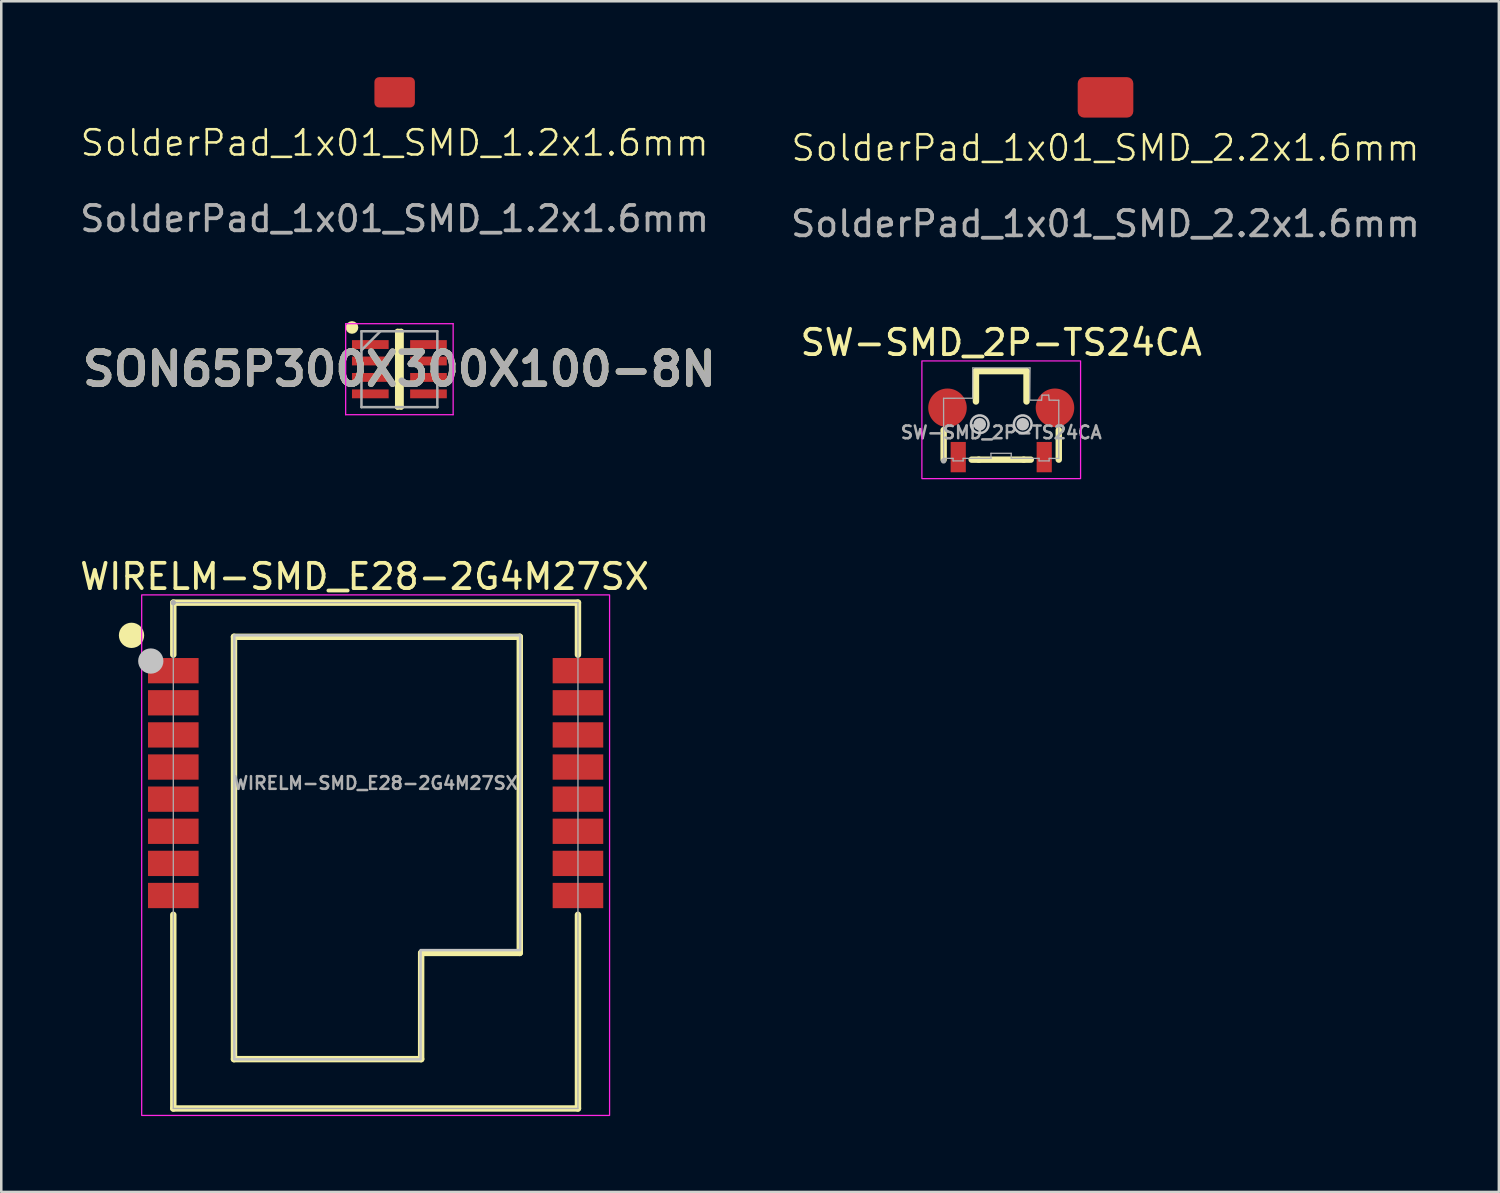
<source format=kicad_pcb>
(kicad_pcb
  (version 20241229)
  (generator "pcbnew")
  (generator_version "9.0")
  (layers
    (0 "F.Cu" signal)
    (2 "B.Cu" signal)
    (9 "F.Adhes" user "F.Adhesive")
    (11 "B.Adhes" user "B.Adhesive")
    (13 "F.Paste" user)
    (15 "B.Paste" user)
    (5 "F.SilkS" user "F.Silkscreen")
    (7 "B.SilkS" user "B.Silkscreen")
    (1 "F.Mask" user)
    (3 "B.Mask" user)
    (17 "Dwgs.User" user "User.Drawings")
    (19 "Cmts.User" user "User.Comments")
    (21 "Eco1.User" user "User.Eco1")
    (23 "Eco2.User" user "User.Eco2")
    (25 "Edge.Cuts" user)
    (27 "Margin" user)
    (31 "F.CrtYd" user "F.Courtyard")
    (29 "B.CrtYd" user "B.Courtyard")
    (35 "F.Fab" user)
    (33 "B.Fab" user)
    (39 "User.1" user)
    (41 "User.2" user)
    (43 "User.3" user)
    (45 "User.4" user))
  (footprint "SW-SMD_2P-TS24CA"
    (layer "F.Cu")
    (at 36.538 14.049)
    (property "Reference" "SW-SMD_2P-TS24CA" (at 0 -3.553 0) (layer "F.SilkS") (effects (font (size 1 1) (thickness 0.15))))
    (fp_line (start -2.277 -0.094) (end -2.277 1.075) (stroke (width 0.254) (type default)) (layer "F.SilkS"))
    (fp_line (start -1 -2.425) (end -1 -1.225) (stroke (width 0.254) (type default)) (layer "F.SilkS"))
    (fp_line (start -1 -2.425) (end 1 -2.425) (stroke (width 0.254) (type default)) (layer "F.SilkS"))
    (fp_line (start -0.889 1.075) (end -1.169 1.075) (stroke (width 0.254) (type default)) (layer "F.SilkS"))
    (fp_line (start -0.889 1.075) (end 0.889 1.075) (stroke (width 0.254) (type default)) (layer "F.SilkS"))
    (fp_line (start 0.889 1.075) (end 1.169 1.075) (stroke (width 0.254) (type default)) (layer "F.SilkS"))
    (fp_line (start 1 -2.425) (end 1 -1.225) (stroke (width 0.254) (type default)) (layer "F.SilkS"))
    (fp_line (start 2.275 -0.094) (end 2.275 1.075) (stroke (width 0.254) (type default)) (layer "F.SilkS"))
    (fp_circle (center -0.85 -0.325) (end -0.725 -0.325) (stroke (width 0.25) (type default)) (fill no) (layer "Dwgs.User"))
    (fp_circle (center 0.85 -0.325) (end 0.975 -0.325) (stroke (width 0.25) (type default)) (fill no) (layer "Dwgs.User"))
    (fp_poly (pts (xy -0.503 -0.371) (xy -0.527 -0.459) (xy -0.572 -0.538) (xy -0.637 -0.603) (xy -0.716 -0.648) (xy -0.804 -0.672) (xy -0.896 -0.672) (xy -0.984 -0.648) (xy -1.063 -0.603) (xy -1.128 -0.538) (xy -1.173 -0.459) (xy -1.197 -0.371) (xy -1.197 -0.279) (xy -1.173 -0.191) (xy -1.128 -0.112) (xy -1.063 -0.047) (xy -0.984 -0.002) (xy -0.896 0.022) (xy -0.804 0.022) (xy -0.716 -0.002) (xy -0.637 -0.047) (xy -0.572 -0.112) (xy -0.527 -0.191) (xy -0.503 -0.279)) (stroke (width 0.1) (type solid)) (fill no) (layer "Dwgs.User"))
    (fp_poly (pts (xy 1.197 -0.371) (xy 1.173 -0.459) (xy 1.128 -0.538) (xy 1.063 -0.603) (xy 0.984 -0.648) (xy 0.896 -0.672) (xy 0.804 -0.672) (xy 0.716 -0.648) (xy 0.637 -0.603) (xy 0.572 -0.538) (xy 0.527 -0.459) (xy 0.503 -0.371) (xy 0.503 -0.279) (xy 0.527 -0.191) (xy 0.572 -0.112) (xy 0.637 -0.047) (xy 0.716 -0.002) (xy 0.804 0.022) (xy 0.896 0.022) (xy 0.984 -0.002) (xy 1.063 -0.047) (xy 1.128 -0.112) (xy 1.173 -0.191) (xy 1.197 -0.279)) (stroke (width 0.1) (type solid)) (fill no) (layer "Dwgs.User"))
    (fp_rect (start -3.137 -2.828) (end 3.137 1.825) (stroke (width 0.05) (type default)) (fill no) (layer "F.CrtYd"))
    (fp_line (start -2.28 -1.351) (end -2.275 1.025) (stroke (width 0.051) (type default)) (layer "F.Fab"))
    (fp_line (start -2.275 1.025) (end -1.905 1.025) (stroke (width 0.051) (type default)) (layer "F.Fab"))
    (fp_line (start -1.905 1.025) (end -1.904 1.124) (stroke (width 0.051) (type default)) (layer "F.Fab"))
    (fp_line (start -1.904 1.124) (end -1.506 1.124) (stroke (width 0.051) (type default)) (layer "F.Fab"))
    (fp_line (start -1.506 1.124) (end -1.506 1.025) (stroke (width 0.051) (type default)) (layer "F.Fab"))
    (fp_line (start -1.506 1.025) (end -0.406 1.024) (stroke (width 0.051) (type default)) (layer "F.Fab"))
    (fp_line (start -1.128 -1.354) (end -2.28 -1.351) (stroke (width 0.051) (type default)) (layer "F.Fab"))
    (fp_line (start -1.124 -2.552) (end -1.128 -1.354) (stroke (width 0.051) (type default)) (layer "F.Fab"))
    (fp_line (start -0.406 1.024) (end -0.406 0.824) (stroke (width 0.051) (type default)) (layer "F.Fab"))
    (fp_line (start -0.406 1.024) (end -0.406 1.024) (stroke (width 0.051) (type default)) (layer "F.Fab"))
    (fp_line (start -0.406 0.824) (end 0.395 0.825) (stroke (width 0.051) (type default)) (layer "F.Fab"))
    (fp_line (start 0.395 0.825) (end 0.396 1.024) (stroke (width 0.051) (type default)) (layer "F.Fab"))
    (fp_line (start 0.396 1.024) (end 1.496 1.024) (stroke (width 0.051) (type default)) (layer "F.Fab"))
    (fp_line (start 1.127 -1.278) (end 1.139 -2.552) (stroke (width 0.051) (type default)) (layer "F.Fab"))
    (fp_line (start 1.139 -2.552) (end -1.124 -2.552) (stroke (width 0.051) (type default)) (layer "F.Fab"))
    (fp_line (start 1.496 1.024) (end 1.496 1.125) (stroke (width 0.051) (type default)) (layer "F.Fab"))
    (fp_line (start 1.496 1.125) (end 1.894 1.125) (stroke (width 0.051) (type default)) (layer "F.Fab"))
    (fp_line (start 1.595 -1.275) (end 1.127 -1.278) (stroke (width 0.051) (type default)) (layer "F.Fab"))
    (fp_line (start 1.615 -1.475) (end 1.595 -1.275) (stroke (width 0.051) (type default)) (layer "F.Fab"))
    (fp_line (start 1.876 -1.476) (end 1.615 -1.475) (stroke (width 0.051) (type default)) (layer "F.Fab"))
    (fp_line (start 1.894 1.125) (end 1.895 1.025) (stroke (width 0.051) (type default)) (layer "F.Fab"))
    (fp_line (start 1.895 1.025) (end 2.275 1.028) (stroke (width 0.051) (type default)) (layer "F.Fab"))
    (fp_line (start 1.897 -1.277) (end 1.876 -1.476) (stroke (width 0.051) (type default)) (layer "F.Fab"))
    (fp_line (start 2.275 -1.274) (end 1.897 -1.277) (stroke (width 0.051) (type default)) (layer "F.Fab"))
    (fp_line (start 2.275 1.028) (end 2.275 -1.274) (stroke (width 0.051) (type default)) (layer "F.Fab"))
    (fp_poly (pts (xy -2.225 1.102) (xy -2.257 1.07) (xy -2.303 1.07) (xy -2.335 1.102) (xy -2.335 1.148) (xy -2.303 1.18) (xy -2.257 1.18) (xy -2.225 1.148)) (stroke (width 0.1) (type default)) (fill no) (layer "F.Fab"))
    (fp_poly (pts (xy -1.525 1.125) (xy -1.875 1.125) (xy -1.875 0.375) (xy -1.525 0.375)) (stroke (width 0.1) (type default)) (fill no) (layer "User.1"))
    (fp_poly (pts (xy 1.875 1.125) (xy 1.525 1.125) (xy 1.525 0.375) (xy 1.875 0.375)) (stroke (width 0.1) (type default)) (fill no) (layer "User.1"))
    (fp_poly (pts (xy -2.276 -0.275) (xy -2.276 -1.275) (xy -1.601 -1.275) (xy -1.601 -1.165) (xy -2.166 -1.165) (xy -2.166 -0.275)) (stroke (width 0.1) (type default)) (fill no) (layer "User.1"))
    (fp_poly (pts (xy 2.275 -0.275) (xy 2.275 -1.275) (xy 1.6 -1.275) (xy 1.6 -1.165) (xy 2.165 -1.165) (xy 2.165 -0.275)) (stroke (width 0.1) (type default)) (fill no) (layer "User.1"))
    (fp_text user "${REFERENCE}" (at 0 0 0) (layer "F.Fab") (effects (font (size 0.5 0.5) (thickness 0.1))))
    (pad "1" smd rect (at -1.7 0.975 180) (size 0.6 1.2) (layers "F.Cu" "F.Mask" "F.Paste"))
    (pad "2" smd rect (at 1.7 0.975 180) (size 0.6 1.2) (layers "F.Cu" "F.Mask" "F.Paste"))
    (pad "3" smd circle (at 2.125 -0.975) (size 1.524 1.524) (layers "F.Cu" "F.Mask" "F.Paste"))
    (pad "4" smd circle (at -2.125 -0.975) (size 1.524 1.524) (layers "F.Cu" "F.Mask" "F.Paste")))
  (footprint "WIRELM-SMD_E28-2G4M27SX"
    (layer "F.Cu")
    (at 11.802 27.913)
    (property "Reference" "WIRELM-SMD_E28-2G4M27SX" (at -0.439 -8.165 0) (layer "F.SilkS") (effects (font (size 1 1) (thickness 0.15))))
    (fp_line (start -8 -7.135) (end -8 -5.076) (stroke (width 0.254) (type default)) (layer "F.SilkS"))
    (fp_line (start -8 -7.135) (end 8 -7.135) (stroke (width 0.254) (type default)) (layer "F.SilkS"))
    (fp_line (start -8 5.207) (end -8 12.865) (stroke (width 0.254) (type default)) (layer "F.SilkS"))
    (fp_line (start -8 12.865) (end 8 12.865) (stroke (width 0.254) (type default)) (layer "F.SilkS"))
    (fp_line (start -5.6 -5.785) (end 5.7 -5.785) (stroke (width 0.254) (type default)) (layer "F.SilkS"))
    (fp_line (start -5.6 10.915) (end -5.6 -5.785) (stroke (width 0.254) (type default)) (layer "F.SilkS"))
    (fp_line (start 1.8 6.715) (end 1.8 10.915) (stroke (width 0.254) (type default)) (layer "F.SilkS"))
    (fp_line (start 1.8 10.915) (end -5.6 10.915) (stroke (width 0.254) (type default)) (layer "F.SilkS"))
    (fp_line (start 5.7 -5.785) (end 5.7 6.715) (stroke (width 0.254) (type default)) (layer "F.SilkS"))
    (fp_line (start 5.7 6.715) (end 1.8 6.715) (stroke (width 0.254) (type default)) (layer "F.SilkS"))
    (fp_line (start 8 -7.135) (end 8 -5.076) (stroke (width 0.254) (type default)) (layer "F.SilkS"))
    (fp_line (start 8 5.207) (end 8 12.865) (stroke (width 0.254) (type default)) (layer "F.SilkS"))
    (fp_circle (center -9.652 -5.842) (end -9.402 -5.842) (stroke (width 0.5) (type default)) (fill no) (layer "F.SilkS"))
    (fp_circle (center -8.89 -4.826) (end -8.64 -4.826) (stroke (width 0.5) (type default)) (fill no) (layer "Dwgs.User"))
    (fp_poly (pts (xy 1.778 10.922) (xy -5.588 10.922) (xy -5.588 -5.842) (xy 5.715 -5.842) (xy 5.715 6.604) (xy 1.778 6.604)) (stroke (width 0.1) (type default)) (fill no) (layer "Dwgs.User"))
    (fp_rect (start -9.25 -7.44) (end 9.25 13.14) (stroke (width 0.05) (type default)) (fill no) (layer "F.CrtYd"))
    (fp_line (start -8 -7.135) (end 8 -7.135) (stroke (width 0.051) (type default)) (layer "F.Fab"))
    (fp_line (start -8 12.865) (end -8 -7.135) (stroke (width 0.051) (type default)) (layer "F.Fab"))
    (fp_line (start 8 -7.135) (end 8 12.865) (stroke (width 0.051) (type default)) (layer "F.Fab"))
    (fp_line (start 8 12.865) (end -8 12.865) (stroke (width 0.051) (type default)) (layer "F.Fab"))
    (fp_poly (pts (xy -7.945 -7.158) (xy -7.977 -7.19) (xy -8.023 -7.19) (xy -8.055 -7.158) (xy -8.055 -7.112) (xy -8.023 -7.08) (xy -7.977 -7.08) (xy -7.945 -7.112)) (stroke (width 0.1) (type default)) (fill no) (layer "F.Fab"))
    (fp_poly (pts (xy -8 -4.845) (xy -7 -4.845) (xy -7 -4.045) (xy -8 -4.045)) (stroke (width 0.1) (type default)) (fill no) (layer "User.1"))
    (fp_poly (pts (xy -8 -3.575) (xy -7 -3.575) (xy -7 -2.775) (xy -8 -2.775)) (stroke (width 0.1) (type default)) (fill no) (layer "User.1"))
    (fp_poly (pts (xy -8 -2.305) (xy -7 -2.305) (xy -7 -1.505) (xy -8 -1.505)) (stroke (width 0.1) (type default)) (fill no) (layer "User.1"))
    (fp_poly (pts (xy -8 -1.035) (xy -7 -1.035) (xy -7 -0.235) (xy -8 -0.235)) (stroke (width 0.1) (type default)) (fill no) (layer "User.1"))
    (fp_poly (pts (xy -8 0.235) (xy -7 0.235) (xy -7 1.035) (xy -8 1.035)) (stroke (width 0.1) (type default)) (fill no) (layer "User.1"))
    (fp_poly (pts (xy -8 1.505) (xy -7 1.505) (xy -7 2.305) (xy -8 2.305)) (stroke (width 0.1) (type default)) (fill no) (layer "User.1"))
    (fp_poly (pts (xy -8 2.775) (xy -7 2.775) (xy -7 3.575) (xy -8 3.575)) (stroke (width 0.1) (type default)) (fill no) (layer "User.1"))
    (fp_poly (pts (xy -8 4.045) (xy -7 4.045) (xy -7 4.845) (xy -8 4.845)) (stroke (width 0.1) (type default)) (fill no) (layer "User.1"))
    (fp_poly (pts (xy 7 -4.845) (xy 8 -4.845) (xy 8 -4.045) (xy 7 -4.045)) (stroke (width 0.1) (type default)) (fill no) (layer "User.1"))
    (fp_poly (pts (xy 7 -3.575) (xy 8 -3.575) (xy 8 -2.775) (xy 7 -2.775)) (stroke (width 0.1) (type default)) (fill no) (layer "User.1"))
    (fp_poly (pts (xy 7 -2.305) (xy 8 -2.305) (xy 8 -1.505) (xy 7 -1.505)) (stroke (width 0.1) (type default)) (fill no) (layer "User.1"))
    (fp_poly (pts (xy 7 -1.035) (xy 8 -1.035) (xy 8 -0.235) (xy 7 -0.235)) (stroke (width 0.1) (type default)) (fill no) (layer "User.1"))
    (fp_poly (pts (xy 7 0.235) (xy 8 0.235) (xy 8 1.035) (xy 7 1.035)) (stroke (width 0.1) (type default)) (fill no) (layer "User.1"))
    (fp_poly (pts (xy 7 1.505) (xy 8 1.505) (xy 8 2.305) (xy 7 2.305)) (stroke (width 0.1) (type default)) (fill no) (layer "User.1"))
    (fp_poly (pts (xy 7 2.775) (xy 8 2.775) (xy 8 3.575) (xy 7 3.575)) (stroke (width 0.1) (type default)) (fill no) (layer "User.1"))
    (fp_poly (pts (xy 7 4.045) (xy 8 4.045) (xy 8 4.845) (xy 7 4.845)) (stroke (width 0.1) (type default)) (fill no) (layer "User.1"))
    (fp_text user "${REFERENCE}" (at 0 0 0) (layer "F.Fab") (effects (font (size 0.5 0.5) (thickness 0.1))))
    (pad "1" smd rect (at -8 -4.445) (size 2 1) (layers "F.Cu" "F.Mask" "F.Paste"))
    (pad "2" smd rect (at -8 -3.175) (size 2 1) (layers "F.Cu" "F.Mask" "F.Paste"))
    (pad "3" smd rect (at -8 -1.905) (size 2 1) (layers "F.Cu" "F.Mask" "F.Paste"))
    (pad "4" smd rect (at -8 -0.635) (size 2 1) (layers "F.Cu" "F.Mask" "F.Paste"))
    (pad "5" smd rect (at -8 0.635) (size 2 1) (layers "F.Cu" "F.Mask" "F.Paste"))
    (pad "6" smd rect (at -8 1.905) (size 2 1) (layers "F.Cu" "F.Mask" "F.Paste"))
    (pad "7" smd rect (at -8 3.175) (size 2 1) (layers "F.Cu" "F.Mask" "F.Paste"))
    (pad "8" smd rect (at -8 4.445) (size 2 1) (layers "F.Cu" "F.Mask" "F.Paste"))
    (pad "9" smd rect (at 8 4.445) (size 2 1) (layers "F.Cu" "F.Mask" "F.Paste"))
    (pad "10" smd rect (at 8 3.175) (size 2 1) (layers "F.Cu" "F.Mask" "F.Paste"))
    (pad "11" smd rect (at 8 1.905) (size 2 1) (layers "F.Cu" "F.Mask" "F.Paste"))
    (pad "12" smd rect (at 8 0.635) (size 2 1) (layers "F.Cu" "F.Mask" "F.Paste"))
    (pad "13" smd rect (at 8 -0.635) (size 2 1) (layers "F.Cu" "F.Mask" "F.Paste"))
    (pad "14" smd rect (at 8 -1.905) (size 2 1) (layers "F.Cu" "F.Mask" "F.Paste"))
    (pad "15" smd rect (at 8 -3.175) (size 2 1) (layers "F.Cu" "F.Mask" "F.Paste"))
    (pad "16" smd rect (at 8 -4.445) (size 2 1) (layers "F.Cu" "F.Mask" "F.Paste")))
  (footprint "SON65P300X300X100-8N"
    (layer "F.Cu")
    (at 12.742 11.548)
    (property "Reference" "SON65P300X300X100-8N" (at 0 0 0) (layer "F.SilkS") (effects (font (size 1.27 1.27) (thickness 0.254))))
    (attr smd)
    (fp_line (start -0.075 -1.5) (end 0.075 -1.5) (stroke (width 0.2) (type solid)) (layer "F.SilkS"))
    (fp_line (start -0.075 1.5) (end -0.075 -1.5) (stroke (width 0.2) (type solid)) (layer "F.SilkS"))
    (fp_line (start 0.075 -1.5) (end 0.075 1.5) (stroke (width 0.2) (type solid)) (layer "F.SilkS"))
    (fp_line (start 0.075 1.5) (end -0.075 1.5) (stroke (width 0.2) (type solid)) (layer "F.SilkS"))
    (fp_circle (center -1.875 -1.65) (end -1.875 -1.525) (stroke (width 0.25) (type solid)) (fill no) (layer "F.SilkS"))
    (fp_line (start -2.125 -1.8) (end 2.125 -1.8) (stroke (width 0.05) (type solid)) (layer "F.CrtYd"))
    (fp_line (start -2.125 1.8) (end -2.125 -1.8) (stroke (width 0.05) (type solid)) (layer "F.CrtYd"))
    (fp_line (start 2.125 -1.8) (end 2.125 1.8) (stroke (width 0.05) (type solid)) (layer "F.CrtYd"))
    (fp_line (start 2.125 1.8) (end -2.125 1.8) (stroke (width 0.05) (type solid)) (layer "F.CrtYd"))
    (fp_line (start -1.5 -1.5) (end 1.5 -1.5) (stroke (width 0.1) (type solid)) (layer "F.Fab"))
    (fp_line (start -1.5 -0.75) (end -0.75 -1.5) (stroke (width 0.1) (type solid)) (layer "F.Fab"))
    (fp_line (start -1.5 1.5) (end -1.5 -1.5) (stroke (width 0.1) (type solid)) (layer "F.Fab"))
    (fp_line (start 1.5 -1.5) (end 1.5 1.5) (stroke (width 0.1) (type solid)) (layer "F.Fab"))
    (fp_line (start 1.5 1.5) (end -1.5 1.5) (stroke (width 0.1) (type solid)) (layer "F.Fab"))
    (fp_text user "${REFERENCE}" (at 0 0 0) (layer "F.Fab") (effects (font (size 1.27 1.27) (thickness 0.254))))
    (pad "1" smd rect (at -1.15 -0.975 90) (size 0.35 1.45) (layers "F.Cu" "F.Mask" "F.Paste"))
    (pad "2" smd rect (at -1.15 -0.325 90) (size 0.35 1.45) (layers "F.Cu" "F.Mask" "F.Paste"))
    (pad "3" smd rect (at -1.15 0.325 90) (size 0.35 1.45) (layers "F.Cu" "F.Mask" "F.Paste"))
    (pad "4" smd rect (at -1.15 0.975 90) (size 0.35 1.45) (layers "F.Cu" "F.Mask" "F.Paste"))
    (pad "5" smd rect (at 1.15 0.975 90) (size 0.35 1.45) (layers "F.Cu" "F.Mask" "F.Paste"))
    (pad "6" smd rect (at 1.15 0.325 90) (size 0.35 1.45) (layers "F.Cu" "F.Mask" "F.Paste"))
    (pad "7" smd rect (at 1.15 -0.325 90) (size 0.35 1.45) (layers "F.Cu" "F.Mask" "F.Paste"))
    (pad "8" smd rect (at 1.15 -0.975 90) (size 0.35 1.45) (layers "F.Cu" "F.Mask" "F.Paste")))
  (footprint "SolderPad_1x01_SMD_1.2x1.6mm"
    (layer "F.Cu")
    (at 12.554 0.6)
    (property "Reference" "SolderPad_1x01_SMD_1.2x1.6mm" (at 0 2 0) (unlocked yes) (layer "F.SilkS") (effects (font (size 1 1) (thickness 0.1))))
    (attr smd)
    (fp_text user "${REFERENCE}" (at 0 5 0) (unlocked yes) (layer "F.Fab") (effects (font (size 1 1) (thickness 0.15))))
    (pad "1" smd roundrect (at 0 0) (size 1.6 1.2) (layers "F.Cu" "F.Mask" "F.Paste") (roundrect_rratio 0.156)))
  (footprint "SolderPad_1x01_SMD_2.2x1.6mm"
    (layer "F.Cu")
    (at 40.661 0.8)
    (property "Reference" "SolderPad_1x01_SMD_2.2x1.6mm" (at 0 2 0) (unlocked yes) (layer "F.SilkS") (effects (font (size 1 1) (thickness 0.1))))
    (attr smd)
    (fp_text user "${REFERENCE}" (at 0 5 0) (unlocked yes) (layer "F.Fab") (effects (font (size 1 1) (thickness 0.15))))
    (pad "1" smd roundrect (at 0 0) (size 2.2 1.6) (layers "F.Cu" "F.Mask" "F.Paste") (roundrect_rratio 0.156)))
  (gr_rect
    (start -3 -3)
    (end 56.214 44.078)
    (stroke (width 0.1) (type default))
    (fill no)
    (layer "Edge.Cuts")))
</source>
